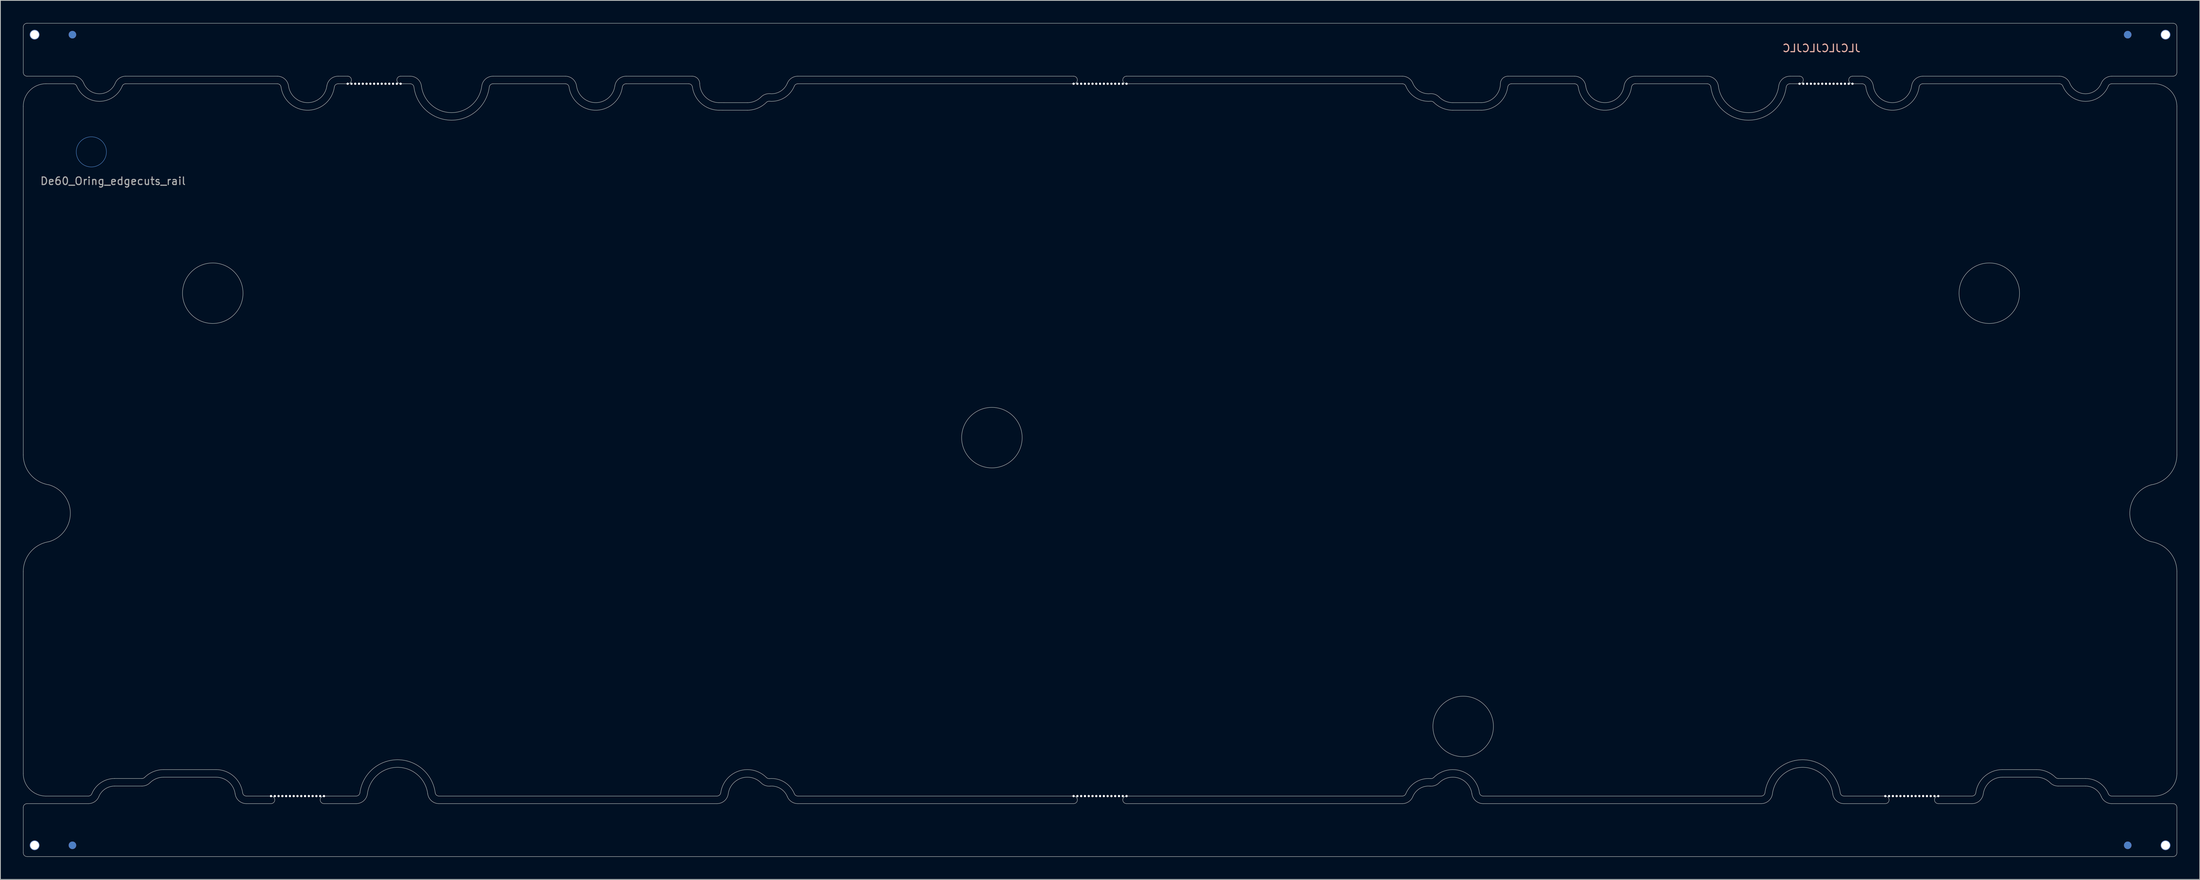
<source format=kicad_pcb>
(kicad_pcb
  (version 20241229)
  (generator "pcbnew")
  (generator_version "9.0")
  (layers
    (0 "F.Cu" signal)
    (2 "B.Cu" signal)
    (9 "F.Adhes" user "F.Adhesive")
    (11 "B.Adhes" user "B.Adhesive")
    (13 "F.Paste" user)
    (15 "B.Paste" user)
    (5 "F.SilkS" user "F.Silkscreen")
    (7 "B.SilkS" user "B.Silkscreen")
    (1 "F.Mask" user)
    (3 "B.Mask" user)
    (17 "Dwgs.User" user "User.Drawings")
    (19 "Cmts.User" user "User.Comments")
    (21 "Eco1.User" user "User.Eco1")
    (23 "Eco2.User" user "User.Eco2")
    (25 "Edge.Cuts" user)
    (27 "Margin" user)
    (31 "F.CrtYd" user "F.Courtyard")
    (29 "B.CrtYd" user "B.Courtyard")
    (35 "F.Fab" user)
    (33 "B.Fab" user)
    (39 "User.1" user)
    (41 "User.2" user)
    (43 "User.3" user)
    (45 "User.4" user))
  (footprint "De60_Oring_edgecuts_rail"
    (layer "F.Cu")
    (at 9.025 17.035)
    (property "Reference" "De60_Oring_edgecuts_rail" (at 2.865 3.86 0) (unlocked yes) (layer "F.Fab") (effects (font (size 1 1) (thickness 0.15))))
    (fp_circle (center 0 0) (end 1.994 0) (stroke (width 0.05) (type solid)) (fill no) (layer "Cmts.User"))
    (fp_line (start -9 -16.51) (end -9 -10.51) (stroke (width 0.05) (type solid)) (layer "Edge.Cuts"))
    (fp_line (start -9 -6.01) (end -9 40.074) (stroke (width 0.05) (type solid)) (layer "Edge.Cuts"))
    (fp_line (start -9 55.506) (end -9 82.19) (stroke (width 0.05) (type solid)) (layer "Edge.Cuts"))
    (fp_line (start -9 86.69) (end -9 92.69) (stroke (width 0.05) (type solid)) (layer "Edge.Cuts"))
    (fp_line (start -8.5 -10.01) (end -2.394 -10.01) (stroke (width 0.05) (type solid)) (layer "Edge.Cuts"))
    (fp_line (start -8.5 93.19) (end 275.2 93.19) (stroke (width 0.05) (type solid)) (layer "Edge.Cuts"))
    (fp_line (start -6 85.19) (end -0.394 85.19) (stroke (width 0.05) (type solid)) (layer "Edge.Cuts"))
    (fp_line (start -2.394 -9.01) (end -6 -9.01) (stroke (width 0.05) (type solid)) (layer "Edge.Cuts"))
    (fp_line (start -0.394 86.19) (end -8.5 86.19) (stroke (width 0.05) (type solid)) (layer "Edge.Cuts"))
    (fp_line (start 3.077 82.865) (end 6.696 82.865) (stroke (width 0.05) (type default)) (layer "Edge.Cuts"))
    (fp_line (start 4.544 -10.01) (end 24.584 -10.01) (stroke (width 0.05) (type solid)) (layer "Edge.Cuts"))
    (fp_line (start 6.696 83.865) (end 3.077 83.865) (stroke (width 0.05) (type solid)) (layer "Edge.Cuts"))
    (fp_line (start 9.549 81.69) (end 16.477 81.69) (stroke (width 0.05) (type solid)) (layer "Edge.Cuts"))
    (fp_line (start 16.477 82.69) (end 9.549 82.69) (stroke (width 0.05) (type solid)) (layer "Edge.Cuts"))
    (fp_line (start 20.496 85.19) (end 23.752 85.19) (stroke (width 0.05) (type solid)) (layer "Edge.Cuts"))
    (fp_line (start 23.752 86.19) (end 20.496 86.19) (stroke (width 0.05) (type solid)) (layer "Edge.Cuts"))
    (fp_line (start 24.584 -9.01) (end 4.544 -9.01) (stroke (width 0.05) (type solid)) (layer "Edge.Cuts"))
    (fp_line (start 30.752 86.19) (end 35.009 86.19) (stroke (width 0.05) (type solid)) (layer "Edge.Cuts"))
    (fp_line (start 32.618 -10.01) (end 33.885 -10.01) (stroke (width 0.05) (type solid)) (layer "Edge.Cuts"))
    (fp_line (start 33.885 -9.01) (end 32.618 -9.01) (stroke (width 0.05) (type solid)) (layer "Edge.Cuts"))
    (fp_line (start 35.009 85.19) (end 30.752 85.19) (stroke (width 0.05) (type solid)) (layer "Edge.Cuts"))
    (fp_line (start 40.885 -9.01) (end 42.151 -9.01) (stroke (width 0.05) (type solid)) (layer "Edge.Cuts"))
    (fp_line (start 42.151 -10.01) (end 40.885 -10.01) (stroke (width 0.05) (type solid)) (layer "Edge.Cuts"))
    (fp_line (start 45.953 86.19) (end 82.708 86.19) (stroke (width 0.05) (type solid)) (layer "Edge.Cuts"))
    (fp_line (start 53.099 -9.01) (end 62.658 -9.01) (stroke (width 0.05) (type solid)) (layer "Edge.Cuts"))
    (fp_line (start 62.658 -10.01) (end 53.099 -10.01) (stroke (width 0.05) (type solid)) (layer "Edge.Cuts"))
    (fp_line (start 70.692 -9.01) (end 78.966 -9.01) (stroke (width 0.05) (type solid)) (layer "Edge.Cuts"))
    (fp_line (start 79.428 -10.01) (end 70.692 -10.01) (stroke (width 0.05) (type solid)) (layer "Edge.Cuts"))
    (fp_line (start 82.708 85.19) (end 45.953 85.19) (stroke (width 0.05) (type solid)) (layer "Edge.Cuts"))
    (fp_line (start 82.981 -5.512) (end 86.721 -5.509) (stroke (width 0.05) (type solid)) (layer "Edge.Cuts"))
    (fp_line (start 86.721 -6.509) (end 82.981 -6.512) (stroke (width 0.05) (type solid)) (layer "Edge.Cuts"))
    (fp_line (start 93.394 86.19) (end 129.85 86.19) (stroke (width 0.05) (type solid)) (layer "Edge.Cuts"))
    (fp_line (start 93.394 -9.01) (end 129.85 -9.01) (stroke (width 0.05) (type solid)) (layer "Edge.Cuts"))
    (fp_line (start 129.85 -10.01) (end 93.394 -10.01) (stroke (width 0.05) (type solid)) (layer "Edge.Cuts"))
    (fp_line (start 129.85 85.19) (end 93.394 85.19) (stroke (width 0.05) (type solid)) (layer "Edge.Cuts"))
    (fp_line (start 136.85 -10.01) (end 173.306 -10.01) (stroke (width 0.05) (type solid)) (layer "Edge.Cuts"))
    (fp_line (start 136.85 86.19) (end 173.306 86.19) (stroke (width 0.05) (type solid)) (layer "Edge.Cuts"))
    (fp_line (start 173.306 -9.01) (end 136.85 -9.01) (stroke (width 0.05) (type solid)) (layer "Edge.Cuts"))
    (fp_line (start 173.306 85.19) (end 136.85 85.19) (stroke (width 0.05) (type solid)) (layer "Edge.Cuts"))
    (fp_line (start 179.979 -6.509) (end 183.719 -6.512) (stroke (width 0.05) (type solid)) (layer "Edge.Cuts"))
    (fp_line (start 183.719 -5.512) (end 179.979 -5.509) (stroke (width 0.05) (type solid)) (layer "Edge.Cuts"))
    (fp_line (start 183.992 86.19) (end 220.747 86.19) (stroke (width 0.05) (type solid)) (layer "Edge.Cuts"))
    (fp_line (start 187.272 -10.01) (end 196.065 -10.01) (stroke (width 0.05) (type solid)) (layer "Edge.Cuts"))
    (fp_line (start 196.065 -9.01) (end 187.734 -9.01) (stroke (width 0.05) (type solid)) (layer "Edge.Cuts"))
    (fp_line (start 204.1 -10.01) (end 213.601 -10.01) (stroke (width 0.05) (type solid)) (layer "Edge.Cuts"))
    (fp_line (start 213.601 -9.01) (end 204.1 -9.01) (stroke (width 0.05) (type solid)) (layer "Edge.Cuts"))
    (fp_line (start 220.747 85.19) (end 183.992 85.19) (stroke (width 0.05) (type solid)) (layer "Edge.Cuts"))
    (fp_line (start 224.549 -10.01) (end 225.815 -10.01) (stroke (width 0.05) (type solid)) (layer "Edge.Cuts"))
    (fp_line (start 225.815 -9.01) (end 224.549 -9.01) (stroke (width 0.05) (type solid)) (layer "Edge.Cuts"))
    (fp_line (start 231.691 86.19) (end 237.155 86.19) (stroke (width 0.05) (type solid)) (layer "Edge.Cuts"))
    (fp_line (start 232.815 -10.01) (end 234.082 -10.01) (stroke (width 0.05) (type solid)) (layer "Edge.Cuts"))
    (fp_line (start 234.082 -9.01) (end 232.815 -9.01) (stroke (width 0.05) (type solid)) (layer "Edge.Cuts"))
    (fp_line (start 237.155 85.19) (end 231.691 85.19) (stroke (width 0.05) (type solid)) (layer "Edge.Cuts"))
    (fp_line (start 242.116 -10.01) (end 260.156 -10.01) (stroke (width 0.05) (type solid)) (layer "Edge.Cuts"))
    (fp_line (start 244.155 85.19) (end 248.62 85.19) (stroke (width 0.05) (type solid)) (layer "Edge.Cuts"))
    (fp_line (start 248.62 86.19) (end 244.155 86.19) (stroke (width 0.05) (type solid)) (layer "Edge.Cuts"))
    (fp_line (start 252.638 81.69) (end 257.149 81.69) (stroke (width 0.05) (type solid)) (layer "Edge.Cuts"))
    (fp_line (start 257.149 82.69) (end 252.638 82.69) (stroke (width 0.05) (type solid)) (layer "Edge.Cuts"))
    (fp_line (start 260.004 82.865) (end 263.623 82.865) (stroke (width 0.05) (type default)) (layer "Edge.Cuts"))
    (fp_line (start 260.156 -9.01) (end 242.116 -9.01) (stroke (width 0.05) (type solid)) (layer "Edge.Cuts"))
    (fp_line (start 263.623 83.865) (end 260.004 83.865) (stroke (width 0.05) (type solid)) (layer "Edge.Cuts"))
    (fp_line (start 267.094 85.19) (end 272.7 85.19) (stroke (width 0.05) (type solid)) (layer "Edge.Cuts"))
    (fp_line (start 267.094 -10.01) (end 275.2 -10.01) (stroke (width 0.05) (type solid)) (layer "Edge.Cuts"))
    (fp_line (start 272.7 -9.01) (end 267.094 -9.01) (stroke (width 0.05) (type solid)) (layer "Edge.Cuts"))
    (fp_line (start 275.2 -17.01) (end -8.5 -17.01) (stroke (width 0.05) (type solid)) (layer "Edge.Cuts"))
    (fp_line (start 275.2 86.19) (end 267.094 86.19) (stroke (width 0.05) (type solid)) (layer "Edge.Cuts"))
    (fp_line (start 275.7 -10.51) (end 275.7 -16.51) (stroke (width 0.05) (type solid)) (layer "Edge.Cuts"))
    (fp_line (start 275.7 40.074) (end 275.7 -6.01) (stroke (width 0.05) (type solid)) (layer "Edge.Cuts"))
    (fp_line (start 275.7 82.19) (end 275.7 55.506) (stroke (width 0.05) (type solid)) (layer "Edge.Cuts"))
    (fp_line (start 275.7 92.69) (end 275.7 86.69) (stroke (width 0.05) (type solid)) (layer "Edge.Cuts"))
    (fp_arc (start -9.000006 -16.51) (mid -8.853553 -16.863533) (end -8.500006 -17.01) (stroke (width 0.05) (type solid)) (layer "Edge.Cuts"))
    (fp_arc (start -9.000006 -6.01) (mid -8.121326 -8.13132) (end -6.000006 -9.01) (stroke (width 0.05) (type solid)) (layer "Edge.Cuts"))
    (fp_arc (start -9.000006 55.505578) (mid -8.03532 52.900418) (end -5.606574 51.551836) (stroke (width 0.05) (type solid)) (layer "Edge.Cuts"))
    (fp_arc (start -9.000006 86.69) (mid -8.853553 86.336467) (end -8.500006 86.19) (stroke (width 0.05) (type solid)) (layer "Edge.Cuts"))
    (fp_arc (start -8.500006 -10.01) (mid -8.85358 -10.156434) (end -9.000006 -10.51) (stroke (width 0.05) (type solid)) (layer "Edge.Cuts"))
    (fp_arc (start -8.500006 93.19) (mid -8.85358 93.043566) (end -9.000006 92.69) (stroke (width 0.05) (type solid)) (layer "Edge.Cuts"))
    (fp_arc (start -6.000006 85.19) (mid -8.121325 84.31132) (end -9.000006 82.19) (stroke (width 0.05) (type solid)) (layer "Edge.Cuts"))
    (fp_arc (start -5.606574 44.028162) (mid -8.035319 42.67958) (end -9.000006 40.07442) (stroke (width 0.05) (type solid)) (layer "Edge.Cuts"))
    (fp_arc (start -5.606574 44.028162) (mid -2.77493 47.79) (end -5.606574 51.551836) (stroke (width 0.05) (type solid)) (layer "Edge.Cuts"))
    (fp_arc (start -2.394077 -10.01) (mid -1.558959 -9.756049) (end -1.006655 -9.08014) (stroke (width 0.05) (type solid)) (layer "Edge.Cuts"))
    (fp_arc (start -2.394077 -9.01) (mid -2.115694 -8.925359) (end -1.931603 -8.700047) (stroke (width 0.05) (type solid)) (layer "Edge.Cuts"))
    (fp_arc (start 0.068484 84.880215) (mid -0.115625 85.10541) (end -0.393921 85.19) (stroke (width 0.05) (type solid)) (layer "Edge.Cuts"))
    (fp_arc (start 0.068484 84.880215) (mid 1.266177 83.415365) (end 3.076522 82.864995) (stroke (width 0.05) (type solid)) (layer "Edge.Cuts"))
    (fp_arc (start 0.993294 85.260643) (mid 0.440959 85.9362) (end -0.393921 86.19) (stroke (width 0.05) (type solid)) (layer "Edge.Cuts"))
    (fp_arc (start 0.993294 85.260643) (mid 1.82276 84.246149) (end 3.076522 83.864995) (stroke (width 0.05) (type solid)) (layer "Edge.Cuts"))
    (fp_arc (start 3.156652 -9.08014) (mid 1.074999 -7.685003) (end -1.006655 -9.08014) (stroke (width 0.05) (type solid)) (layer "Edge.Cuts"))
    (fp_arc (start 3.156652 -9.08014) (mid 3.708976 -9.756024) (end 4.544074 -10.01) (stroke (width 0.05) (type solid)) (layer "Edge.Cuts"))
    (fp_arc (start 4.0816 -8.700047) (mid 1.074999 -6.685002) (end -1.931603 -8.700047) (stroke (width 0.05) (type solid)) (layer "Edge.Cuts"))
    (fp_arc (start 4.0816 -8.700047) (mid 4.26571 -8.925334) (end 4.544074 -9.01) (stroke (width 0.05) (type solid)) (layer "Edge.Cuts"))
    (fp_arc (start 7.048213 82.719935) (mid 6.886486 82.827312) (end 6.696051 82.864995) (stroke (width 0.05) (type solid)) (layer "Edge.Cuts"))
    (fp_arc (start 7.048213 82.719935) (mid 8.196482 81.957574) (end 9.548565 81.690002) (stroke (width 0.05) (type solid)) (layer "Edge.Cuts"))
    (fp_arc (start 7.752538 83.429813) (mid 7.267355 83.751941) (end 6.696051 83.864995) (stroke (width 0.05) (type solid)) (layer "Edge.Cuts"))
    (fp_arc (start 7.752538 83.429813) (mid 8.577351 82.882203) (end 9.548565 82.690002) (stroke (width 0.05) (type solid)) (layer "Edge.Cuts"))
    (fp_arc (start 16.477245 81.690002) (mid 18.813447 82.564432) (end 20.000252 84.758505) (stroke (width 0.05) (type solid)) (layer "Edge.Cuts"))
    (fp_arc (start 16.477245 82.690002) (mid 18.156509 83.318476) (end 19.009682 84.895514) (stroke (width 0.05) (type solid)) (layer "Edge.Cuts"))
    (fp_arc (start 20.495537 85.190001) (mid 20.167109 85.066989) (end 20.000252 84.758505) (stroke (width 0.05) (type solid)) (layer "Edge.Cuts"))
    (fp_arc (start 20.495537 86.190001) (mid 19.510226 85.820981) (end 19.009682 84.895514) (stroke (width 0.05) (type solid)) (layer "Edge.Cuts"))
    (fp_arc (start 23.752227 85.190001) (mid 24.252266 85.690011) (end 23.752227 86.190001) (stroke (width 0.05) (type solid)) (layer "Edge.Cuts"))
    (fp_arc (start 24.583587 -10.01) (mid 25.568897 -9.640978) (end 26.069442 -8.715513) (stroke (width 0.05) (type solid)) (layer "Edge.Cuts"))
    (fp_arc (start 24.583587 -9.01) (mid 24.912014 -8.886985) (end 25.078872 -8.578504) (stroke (width 0.05) (type solid)) (layer "Edge.Cuts"))
    (fp_arc (start 30.752227 86.190001) (mid 30.252266 85.690011) (end 30.752227 85.190001) (stroke (width 0.05) (type solid)) (layer "Edge.Cuts"))
    (fp_arc (start 31.132557 -8.715513) (mid 28.601 -6.510001) (end 26.069442 -8.715513) (stroke (width 0.05) (type solid)) (layer "Edge.Cuts"))
    (fp_arc (start 31.132557 -8.715513) (mid 31.633087 -9.640999) (end 32.618412 -10.01) (stroke (width 0.05) (type solid)) (layer "Edge.Cuts"))
    (fp_arc (start 32.123127 -8.578504) (mid 28.601 -5.510002) (end 25.078872 -8.578504) (stroke (width 0.05) (type solid)) (layer "Edge.Cuts"))
    (fp_arc (start 32.123127 -8.578504) (mid 32.28997 -8.887006) (end 32.618412 -9.01) (stroke (width 0.05) (type solid)) (layer "Edge.Cuts"))
    (fp_arc (start 33.884713 -10.01) (mid 34.384767 -9.509989) (end 33.884713 -9.01) (stroke (width 0.05) (type solid)) (layer "Edge.Cuts"))
    (fp_arc (start 35.504695 84.754843) (mid 35.33875 85.065772) (end 35.008917 85.190001) (stroke (width 0.05) (type solid)) (layer "Edge.Cuts"))
    (fp_arc (start 35.504695 84.754843) (mid 40.480997 80.386999) (end 45.457298 84.754843) (stroke (width 0.05) (type solid)) (layer "Edge.Cuts"))
    (fp_arc (start 36.496251 84.884526) (mid 35.998415 85.817332) (end 35.008917 86.190001) (stroke (width 0.05) (type solid)) (layer "Edge.Cuts"))
    (fp_arc (start 36.496251 84.884526) (mid 40.480997 81.386999) (end 44.465743 84.884526) (stroke (width 0.05) (type solid)) (layer "Edge.Cuts"))
    (fp_arc (start 40.884713 -9.01) (mid 40.384767 -9.509989) (end 40.884713 -10.01) (stroke (width 0.05) (type solid)) (layer "Edge.Cuts"))
    (fp_arc (start 42.151013 -10.01) (mid 43.142202 -9.635895) (end 43.638914 -8.700134) (stroke (width 0.05) (type solid)) (layer "Edge.Cuts"))
    (fp_arc (start 42.151013 -9.01) (mid 42.481428 -8.885309) (end 42.64698 -8.573378) (stroke (width 0.05) (type solid)) (layer "Edge.Cuts"))
    (fp_arc (start 45.953076 85.190001) (mid 45.623235 85.065788) (end 45.457298 84.754843) (stroke (width 0.05) (type solid)) (layer "Edge.Cuts"))
    (fp_arc (start 45.953076 86.190001) (mid 44.963569 85.817347) (end 44.465743 84.884526) (stroke (width 0.05) (type solid)) (layer "Edge.Cuts"))
    (fp_arc (start 51.611089 -8.700134) (mid 47.625002 -5.191002) (end 43.638914 -8.700134) (stroke (width 0.05) (type solid)) (layer "Edge.Cuts"))
    (fp_arc (start 51.611089 -8.700134) (mid 52.107835 -9.635859) (end 53.09899 -10.01) (stroke (width 0.05) (type solid)) (layer "Edge.Cuts"))
    (fp_arc (start 52.603023 -8.573378) (mid 47.625002 -4.191002) (end 42.64698 -8.573378) (stroke (width 0.05) (type solid)) (layer "Edge.Cuts"))
    (fp_arc (start 52.603023 -8.573378) (mid 52.768609 -8.885274) (end 53.09899 -9.01) (stroke (width 0.05) (type solid)) (layer "Edge.Cuts"))
    (fp_arc (start 62.657588 -10.01) (mid 63.642898 -9.640977) (end 64.143443 -8.715513) (stroke (width 0.05) (type solid)) (layer "Edge.Cuts"))
    (fp_arc (start 62.657588 -9.01) (mid 62.986015 -8.886985) (end 63.152873 -8.578504) (stroke (width 0.05) (type solid)) (layer "Edge.Cuts"))
    (fp_arc (start 69.206557 -8.715513) (mid 66.675 -6.510001) (end 64.143443 -8.715513) (stroke (width 0.05) (type solid)) (layer "Edge.Cuts"))
    (fp_arc (start 69.206557 -8.715513) (mid 69.707087 -9.640999) (end 70.692412 -10.01) (stroke (width 0.05) (type solid)) (layer "Edge.Cuts"))
    (fp_arc (start 70.197127 -8.578504) (mid 66.675 -5.510001) (end 63.152873 -8.578504) (stroke (width 0.05) (type solid)) (layer "Edge.Cuts"))
    (fp_arc (start 70.197127 -8.578504) (mid 70.36397 -8.887006) (end 70.692412 -9.01) (stroke (width 0.05) (type solid)) (layer "Edge.Cuts"))
    (fp_arc (start 78.965917 -9.01) (mid 79.294307 -8.887079) (end 79.461174 -8.578708) (stroke (width 0.05) (type solid)) (layer "Edge.Cuts"))
    (fp_arc (start 79.427906 -10.01) (mid 80.129327 -9.7228) (end 80.427776 -9.026116) (stroke (width 0.05) (type solid)) (layer "Edge.Cuts"))
    (fp_arc (start 82.980768 -5.5117) (mid 80.647131 -6.386679) (end 79.461174 -8.578708) (stroke (width 0.05) (type solid)) (layer "Edge.Cuts"))
    (fp_arc (start 82.981408 -6.5117) (mid 81.19001 -7.246294) (end 80.427776 -9.026116) (stroke (width 0.05) (type solid)) (layer "Edge.Cuts"))
    (fp_arc (start 83.202868 84.758514) (mid 83.036028 85.067016) (end 82.707584 85.190001) (stroke (width 0.05) (type solid)) (layer "Edge.Cuts"))
    (fp_arc (start 83.202868 84.758514) (mid 85.593641 81.875096) (end 89.239741 82.73292) (stroke (width 0.05) (type solid)) (layer "Edge.Cuts"))
    (fp_arc (start 84.193436 84.89554) (mid 83.692905 85.821015) (end 82.707584 86.190001) (stroke (width 0.05) (type solid)) (layer "Edge.Cuts"))
    (fp_arc (start 84.193436 84.89554) (mid 85.91174 82.823208) (end 88.532299 83.439691) (stroke (width 0.05) (type solid)) (layer "Edge.Cuts"))
    (fp_arc (start 88.533691 -7.259363) (mid 87.70223 -6.70357) (end 86.72116 -6.509306) (stroke (width 0.05) (type solid)) (layer "Edge.Cuts"))
    (fp_arc (start 88.533691 -7.259363) (mid 89.082355 -7.60919) (end 89.727537 -7.693765) (stroke (width 0.05) (type solid)) (layer "Edge.Cuts"))
    (fp_arc (start 89.241401 -6.55286) (mid 88.085039 -5.77966) (end 86.72052 -5.509306) (stroke (width 0.05) (type solid)) (layer "Edge.Cuts"))
    (fp_arc (start 89.241401 -6.55286) (mid 89.42429 -6.669466) (end 89.63935 -6.697661) (stroke (width 0.05) (type solid)) (layer "Edge.Cuts"))
    (fp_arc (start 89.637434 82.877598) (mid 89.422524 82.849412) (end 89.239741 82.73292) (stroke (width 0.05) (type solid)) (layer "Edge.Cuts"))
    (fp_arc (start 89.637434 82.877598) (mid 91.613124 83.33831) (end 92.931514 84.880215) (stroke (width 0.05) (type solid)) (layer "Edge.Cuts"))
    (fp_arc (start 89.725377 83.873723) (mid 89.080652 83.789158) (end 88.532299 83.439691) (stroke (width 0.05) (type solid)) (layer "Edge.Cuts"))
    (fp_arc (start 89.725377 83.873723) (mid 91.093646 84.192793) (end 92.006703 85.260642) (stroke (width 0.05) (type solid)) (layer "Edge.Cuts"))
    (fp_arc (start 92.006619 -9.07984) (mid 91.094707 -8.012511) (end 89.727537 -7.693765) (stroke (width 0.05) (type solid)) (layer "Edge.Cuts"))
    (fp_arc (start 92.006619 -9.07984) (mid 92.558931 -9.755938) (end 93.394165 -10.01) (stroke (width 0.05) (type solid)) (layer "Edge.Cuts"))
    (fp_arc (start 92.931649 -8.699947) (mid 91.614328 -7.158114) (end 89.63935 -6.697661) (stroke (width 0.05) (type solid)) (layer "Edge.Cuts"))
    (fp_arc (start 92.931649 -8.699947) (mid 93.115755 -8.925308) (end 93.394165 -9.01) (stroke (width 0.05) (type solid)) (layer "Edge.Cuts"))
    (fp_arc (start 93.393919 85.190001) (mid 93.115644 85.105382) (end 92.931514 84.880215) (stroke (width 0.05) (type solid)) (layer "Edge.Cuts"))
    (fp_arc (start 93.393919 86.190001) (mid 92.55906 85.936172) (end 92.006703 85.260642) (stroke (width 0.05) (type solid)) (layer "Edge.Cuts"))
    (fp_arc (start 129.85 -10.01) (mid 130.349967 -9.509989) (end 129.85 -9.01) (stroke (width 0.05) (type solid)) (layer "Edge.Cuts"))
    (fp_arc (start 129.85 85.190001) (mid 130.349966 85.690011) (end 129.85 86.190001) (stroke (width 0.05) (type solid)) (layer "Edge.Cuts"))
    (fp_arc (start 136.85 -9.01) (mid 136.349967 -9.509989) (end 136.85 -10.01) (stroke (width 0.05) (type solid)) (layer "Edge.Cuts"))
    (fp_arc (start 136.85 86.190001) (mid 136.349966 85.690011) (end 136.85 85.190001) (stroke (width 0.05) (type solid)) (layer "Edge.Cuts"))
    (fp_arc (start 173.305836 -10.01) (mid 174.141083 -9.755954) (end 174.693381 -9.07984) (stroke (width 0.05) (type solid)) (layer "Edge.Cuts"))
    (fp_arc (start 173.305836 -9.01) (mid 173.584258 -8.925324) (end 173.768351 -8.699947) (stroke (width 0.05) (type solid)) (layer "Edge.Cuts"))
    (fp_arc (start 173.768486 84.880215) (mid 173.584377 85.10541) (end 173.306081 85.190001) (stroke (width 0.05) (type solid)) (layer "Edge.Cuts"))
    (fp_arc (start 173.768486 84.880215) (mid 175.086823 83.338324) (end 177.062459 82.877588) (stroke (width 0.05) (type solid)) (layer "Edge.Cuts"))
    (fp_arc (start 174.693297 85.260642) (mid 174.140962 85.936201) (end 173.306081 86.190001) (stroke (width 0.05) (type solid)) (layer "Edge.Cuts"))
    (fp_arc (start 174.693297 85.260642) (mid 175.606316 84.192799) (end 176.974549 83.873717) (stroke (width 0.05) (type solid)) (layer "Edge.Cuts"))
    (fp_arc (start 176.972464 -7.693765) (mid 175.605264 -8.012492) (end 174.693381 -9.07984) (stroke (width 0.05) (type solid)) (layer "Edge.Cuts"))
    (fp_arc (start 176.972464 -7.693765) (mid 177.61765 -7.6092) (end 178.166309 -7.259363) (stroke (width 0.05) (type solid)) (layer "Edge.Cuts"))
    (fp_arc (start 177.06065 -6.697661) (mid 175.085643 -7.158095) (end 173.768351 -8.699947) (stroke (width 0.05) (type solid)) (layer "Edge.Cuts"))
    (fp_arc (start 177.06065 -6.697661) (mid 177.275715 -6.669476) (end 177.458599 -6.55286) (stroke (width 0.05) (type solid)) (layer "Edge.Cuts"))
    (fp_arc (start 177.460087 82.732958) (mid 177.277323 82.849388) (end 177.062459 82.877588) (stroke (width 0.05) (type solid)) (layer "Edge.Cuts"))
    (fp_arc (start 177.460087 82.732958) (mid 181.106209 81.875371) (end 183.497166 84.758587) (stroke (width 0.05) (type solid)) (layer "Edge.Cuts"))
    (fp_arc (start 178.167432 83.439827) (mid 177.619146 83.789152) (end 176.974549 83.873717) (stroke (width 0.05) (type solid)) (layer "Edge.Cuts"))
    (fp_arc (start 178.167432 83.439827) (mid 180.788106 82.823428) (end 182.506619 84.89576) (stroke (width 0.05) (type solid)) (layer "Edge.Cuts"))
    (fp_arc (start 179.978841 -6.509306) (mid 178.99777 -6.703566) (end 178.166309 -7.259363) (stroke (width 0.05) (type solid)) (layer "Edge.Cuts"))
    (fp_arc (start 179.979481 -5.509306) (mid 178.614969 -5.779676) (end 177.458599 -6.55286) (stroke (width 0.05) (type solid)) (layer "Edge.Cuts"))
    (fp_arc (start 183.99244 85.190001) (mid 183.664041 85.067017) (end 183.497166 84.758587) (stroke (width 0.05) (type solid)) (layer "Edge.Cuts"))
    (fp_arc (start 183.99244 86.190001) (mid 183.007221 85.821064) (end 182.506619 84.89576) (stroke (width 0.05) (type solid)) (layer "Edge.Cuts"))
    (fp_arc (start 186.272224 -9.026116) (mid 185.510005 -7.246282) (end 183.718592 -6.5117) (stroke (width 0.05) (type solid)) (layer "Edge.Cuts"))
    (fp_arc (start 186.272224 -9.026116) (mid 186.570715 -9.722761) (end 187.272094 -10.01) (stroke (width 0.05) (type solid)) (layer "Edge.Cuts"))
    (fp_arc (start 187.238826 -8.578708) (mid 186.052882 -6.386668) (end 183.719232 -5.5117) (stroke (width 0.05) (type solid)) (layer "Edge.Cuts"))
    (fp_arc (start 187.238826 -8.578708) (mid 187.405724 -8.887047) (end 187.734083 -9.01) (stroke (width 0.05) (type solid)) (layer "Edge.Cuts"))
    (fp_arc (start 196.064999 -10.01) (mid 197.050302 -9.640973) (end 197.550853 -8.715513) (stroke (width 0.05) (type solid)) (layer "Edge.Cuts"))
    (fp_arc (start 196.064999 -9.01) (mid 196.393419 -8.886981) (end 196.560284 -8.578504) (stroke (width 0.05) (type solid)) (layer "Edge.Cuts"))
    (fp_arc (start 202.613968 -8.715513) (mid 200.082411 -6.510001) (end 197.550853 -8.715513) (stroke (width 0.05) (type solid)) (layer "Edge.Cuts"))
    (fp_arc (start 202.613968 -8.715513) (mid 203.114498 -9.640995) (end 204.099823 -10.01) (stroke (width 0.05) (type solid)) (layer "Edge.Cuts"))
    (fp_arc (start 203.604538 -8.578504) (mid 200.082411 -5.510001) (end 196.560284 -8.578504) (stroke (width 0.05) (type solid)) (layer "Edge.Cuts"))
    (fp_arc (start 203.604538 -8.578504) (mid 203.771382 -8.887002) (end 204.099823 -9.01) (stroke (width 0.05) (type solid)) (layer "Edge.Cuts"))
    (fp_arc (start 213.60101 -10.01) (mid 214.5922 -9.635896) (end 215.088911 -8.700134) (stroke (width 0.05) (type solid)) (layer "Edge.Cuts"))
    (fp_arc (start 213.60101 -9.01) (mid 213.931427 -8.885311) (end 214.096977 -8.573378) (stroke (width 0.05) (type solid)) (layer "Edge.Cuts"))
    (fp_arc (start 221.242702 84.754843) (mid 221.076757 85.065775) (end 220.746924 85.190001) (stroke (width 0.05) (type solid)) (layer "Edge.Cuts"))
    (fp_arc (start 221.242702 84.754843) (mid 226.219004 80.386999) (end 231.195305 84.754843) (stroke (width 0.05) (type solid)) (layer "Edge.Cuts"))
    (fp_arc (start 222.234257 84.884526) (mid 221.736422 85.817334) (end 220.746924 86.190001) (stroke (width 0.05) (type solid)) (layer "Edge.Cuts"))
    (fp_arc (start 222.234257 84.884526) (mid 226.219003 81.386999) (end 230.203749 84.884526) (stroke (width 0.05) (type solid)) (layer "Edge.Cuts"))
    (fp_arc (start 223.061086 -8.700134) (mid 219.074999 -5.191002) (end 215.088911 -8.700134) (stroke (width 0.05) (type solid)) (layer "Edge.Cuts"))
    (fp_arc (start 223.061086 -8.700134) (mid 223.557832 -9.63586) (end 224.548987 -10.01) (stroke (width 0.05) (type solid)) (layer "Edge.Cuts"))
    (fp_arc (start 224.05302 -8.573378) (mid 219.074999 -4.191002) (end 214.096977 -8.573378) (stroke (width 0.05) (type solid)) (layer "Edge.Cuts"))
    (fp_arc (start 224.05302 -8.573378) (mid 224.218606 -8.885275) (end 224.548987 -9.01) (stroke (width 0.05) (type solid)) (layer "Edge.Cuts"))
    (fp_arc (start 225.815288 -10.01) (mid 226.315267 -9.509989) (end 225.815288 -9.01) (stroke (width 0.05) (type solid)) (layer "Edge.Cuts"))
    (fp_arc (start 231.691083 85.190001) (mid 231.361238 85.06579) (end 231.195305 84.754843) (stroke (width 0.05) (type solid)) (layer "Edge.Cuts"))
    (fp_arc (start 231.691083 86.190001) (mid 230.701572 85.817349) (end 230.203749 84.884526) (stroke (width 0.05) (type solid)) (layer "Edge.Cuts"))
    (fp_arc (start 232.815288 -9.01) (mid 232.315267 -9.509989) (end 232.815288 -10.01) (stroke (width 0.05) (type solid)) (layer "Edge.Cuts"))
    (fp_arc (start 234.081588 -10.01) (mid 235.066898 -9.640977) (end 235.567443 -8.715513) (stroke (width 0.05) (type solid)) (layer "Edge.Cuts"))
    (fp_arc (start 234.081588 -9.01) (mid 234.410015 -8.886985) (end 234.576873 -8.578504) (stroke (width 0.05) (type solid)) (layer "Edge.Cuts"))
    (fp_arc (start 237.155316 85.190001) (mid 237.655366 85.690011) (end 237.155316 86.190001) (stroke (width 0.05) (type solid)) (layer "Edge.Cuts"))
    (fp_arc (start 240.630558 -8.715513) (mid 238.099001 -6.510001) (end 235.567443 -8.715513) (stroke (width 0.05) (type solid)) (layer "Edge.Cuts"))
    (fp_arc (start 240.630558 -8.715513) (mid 241.131088 -9.640998) (end 242.116413 -10.01) (stroke (width 0.05) (type solid)) (layer "Edge.Cuts"))
    (fp_arc (start 241.621128 -8.578504) (mid 238.099001 -5.510002) (end 234.576873 -8.578504) (stroke (width 0.05) (type solid)) (layer "Edge.Cuts"))
    (fp_arc (start 241.621128 -8.578504) (mid 241.787971 -8.887006) (end 242.116413 -9.01) (stroke (width 0.05) (type solid)) (layer "Edge.Cuts"))
    (fp_arc (start 244.155316 86.190001) (mid 243.655366 85.690011) (end 244.155316 85.190001) (stroke (width 0.05) (type solid)) (layer "Edge.Cuts"))
    (fp_arc (start 249.114835 84.758505) (mid 248.947994 85.067001) (end 248.61955 85.190001) (stroke (width 0.05) (type solid)) (layer "Edge.Cuts"))
    (fp_arc (start 249.114835 84.758505) (mid 250.30165 82.564388) (end 252.6379 81.690002) (stroke (width 0.05) (type solid)) (layer "Edge.Cuts"))
    (fp_arc (start 250.105405 84.895514) (mid 249.604877 85.820993) (end 248.61955 86.190001) (stroke (width 0.05) (type solid)) (layer "Edge.Cuts"))
    (fp_arc (start 250.105405 84.895514) (mid 250.958434 83.318468) (end 252.637636 82.690002) (stroke (width 0.05) (type solid)) (layer "Edge.Cuts"))
    (fp_arc (start 257.148985 82.690466) (mid 258.121612 82.882721) (end 258.947914 83.430617) (stroke (width 0.05) (type solid)) (layer "Edge.Cuts"))
    (fp_arc (start 257.149117 81.690466) (mid 258.5022 81.957952) (end 259.651698 82.720203) (stroke (width 0.05) (type solid)) (layer "Edge.Cuts"))
    (fp_arc (start 260.00359 82.864996) (mid 259.813325 82.827393) (end 259.651698 82.720203) (stroke (width 0.05) (type solid)) (layer "Edge.Cuts"))
    (fp_arc (start 260.00359 83.864996) (mid 259.432809 83.752167) (end 258.947914 83.430617) (stroke (width 0.05) (type solid)) (layer "Edge.Cuts"))
    (fp_arc (start 260.155926 -10.01) (mid 260.991042 -9.756048) (end 261.543348 -9.08014) (stroke (width 0.05) (type solid)) (layer "Edge.Cuts"))
    (fp_arc (start 260.155926 -9.01) (mid 260.434308 -8.925358) (end 260.6184 -8.700047) (stroke (width 0.05) (type solid)) (layer "Edge.Cuts"))
    (fp_arc (start 263.623478 82.864996) (mid 265.433817 83.415371) (end 266.631516 84.880215) (stroke (width 0.05) (type solid)) (layer "Edge.Cuts"))
    (fp_arc (start 263.623478 83.864996) (mid 264.877232 84.246163) (end 265.706706 85.260643) (stroke (width 0.05) (type solid)) (layer "Edge.Cuts"))
    (fp_arc (start 265.706655 -9.08014) (mid 263.625001 -7.685002) (end 261.543348 -9.08014) (stroke (width 0.05) (type solid)) (layer "Edge.Cuts"))
    (fp_arc (start 265.706655 -9.08014) (mid 266.258979 -9.756023) (end 267.094077 -10.01) (stroke (width 0.05) (type solid)) (layer "Edge.Cuts"))
    (fp_arc (start 266.631603 -8.700047) (mid 263.625002 -6.685002) (end 260.6184 -8.700047) (stroke (width 0.05) (type solid)) (layer "Edge.Cuts"))
    (fp_arc (start 266.631603 -8.700047) (mid 266.815714 -8.925333) (end 267.094077 -9.01) (stroke (width 0.05) (type solid)) (layer "Edge.Cuts"))
    (fp_arc (start 267.093922 85.19) (mid 266.815647 85.105382) (end 266.631516 84.880215) (stroke (width 0.05) (type solid)) (layer "Edge.Cuts"))
    (fp_arc (start 267.093922 86.19) (mid 266.259062 85.936173) (end 265.706706 85.260643) (stroke (width 0.05) (type solid)) (layer "Edge.Cuts"))
    (fp_arc (start 272.306574 51.551836) (mid 269.474945 47.790008) (end 272.306574 44.028162) (stroke (width 0.05) (type solid)) (layer "Edge.Cuts"))
    (fp_arc (start 272.306574 51.551836) (mid 274.735361 52.9004) (end 275.700006 55.505578) (stroke (width 0.05) (type solid)) (layer "Edge.Cuts"))
    (fp_arc (start 272.700006 -9.01) (mid 274.821363 -8.131339) (end 275.700006 -6.01) (stroke (width 0.05) (type solid)) (layer "Edge.Cuts"))
    (fp_arc (start 275.200006 -17.01) (mid 275.553596 -16.863572) (end 275.700006 -16.51) (stroke (width 0.05) (type solid)) (layer "Edge.Cuts"))
    (fp_arc (start 275.200006 86.19) (mid 275.553596 86.336428) (end 275.700006 86.69) (stroke (width 0.05) (type solid)) (layer "Edge.Cuts"))
    (fp_arc (start 275.700006 -10.51) (mid 275.55356 -10.156457) (end 275.200006 -10.01) (stroke (width 0.05) (type solid)) (layer "Edge.Cuts"))
    (fp_arc (start 275.700006 40.07442) (mid 274.735313 42.679562) (end 272.306574 44.028162) (stroke (width 0.05) (type solid)) (layer "Edge.Cuts"))
    (fp_arc (start 275.700006 82.19) (mid 274.821327 84.31131) (end 272.700006 85.19) (stroke (width 0.05) (type solid)) (layer "Edge.Cuts"))
    (fp_arc (start 275.700006 92.69) (mid 275.55356 93.043543) (end 275.200006 93.19) (stroke (width 0.05) (type solid)) (layer "Edge.Cuts"))
    (fp_circle (center 16.05 18.69) (end 20.05 18.69) (stroke (width 0.05) (type solid)) (fill no) (layer "Edge.Cuts"))
    (fp_circle (center 119.05 37.79) (end 123.05 37.79) (stroke (width 0.05) (type solid)) (fill no) (layer "Edge.Cuts"))
    (fp_circle (center 181.35 75.981) (end 185.35 75.981) (stroke (width 0.05) (type solid)) (fill no) (layer "Edge.Cuts"))
    (fp_circle (center 250.9 18.69) (end 254.9 18.69) (stroke (width 0.05) (type solid)) (fill no) (layer "Edge.Cuts"))
    (fp_line (start 30.752 85.19) (end 23.752 85.19) (stroke (width 0.12) (type solid)) (layer "User.2"))
    (fp_line (start 33.885 -9.01) (end 40.885 -9.01) (stroke (width 0.12) (type solid)) (layer "User.2"))
    (fp_line (start 129.85 -9.01) (end 136.85 -9.01) (stroke (width 0.12) (type solid)) (layer "User.2"))
    (fp_line (start 136.85 85.19) (end 129.85 85.19) (stroke (width 0.12) (type solid)) (layer "User.2"))
    (fp_line (start 225.815 -9.01) (end 232.815 -9.01) (stroke (width 0.12) (type solid)) (layer "User.2"))
    (fp_line (start 244.155 85.19) (end 237.155 85.19) (stroke (width 0.12) (type solid)) (layer "User.2"))
    (fp_text user "JLCJLCJLCJLC" (at 228.72 -13.71 0) (unlocked yes) (layer "B.SilkS") (effects (font (size 1 1) (thickness 0.15)) (justify mirror)))
    (pad "" np_thru_hole circle (at -7.501 -15.5) (size 1.3 1.3) (drill 1.152) (layers "*.Cu" "*.Mask"))
    (pad "" np_thru_hole circle (at -7.5 91.7) (size 1.3 1.3) (drill 1.152) (layers "*.Cu" "*.Mask"))
    (pad "" smd circle (at -2.501 -15.5 180) (size 1 1) (layers "F.Cu"))
    (pad "" smd circle (at -2.501 -15.5 180) (size 1 1) (layers "B.Cu"))
    (pad "" smd circle (at -2.501 -15.5 180) (size 2 2) (layers "F.Mask"))
    (pad "" smd circle (at -2.501 -15.5 180) (size 2 2) (layers "B.Mask"))
    (pad "" smd circle (at -2.5 91.7 180) (size 1 1) (layers "F.Cu"))
    (pad "" smd circle (at -2.5 91.7 180) (size 1 1) (layers "B.Cu"))
    (pad "" smd circle (at -2.5 91.7 180) (size 2 2) (layers "F.Mask"))
    (pad "" smd circle (at -2.5 91.7 180) (size 2 2) (layers "B.Mask"))
    (pad "" np_thru_hole circle (at 23.752 85.19 180) (size 0.3 0.3) (drill 0.3) (layers "*.Cu" "*.Mask"))
    (pad "" np_thru_hole circle (at 24.252 85.19 180) (size 0.3 0.3) (drill 0.3) (layers "*.Cu" "*.Mask"))
    (pad "" np_thru_hole circle (at 24.752 85.19 180) (size 0.3 0.3) (drill 0.3) (layers "*.Cu" "*.Mask"))
    (pad "" np_thru_hole circle (at 25.252 85.19 180) (size 0.3 0.3) (drill 0.3) (layers "*.Cu" "*.Mask"))
    (pad "" np_thru_hole circle (at 25.752 85.19 180) (size 0.3 0.3) (drill 0.3) (layers "*.Cu" "*.Mask"))
    (pad "" np_thru_hole circle (at 26.252 85.19 180) (size 0.3 0.3) (drill 0.3) (layers "*.Cu" "*.Mask"))
    (pad "" np_thru_hole circle (at 26.752 85.19 180) (size 0.3 0.3) (drill 0.3) (layers "*.Cu" "*.Mask"))
    (pad "" np_thru_hole circle (at 27.252 85.19 180) (size 0.3 0.3) (drill 0.3) (layers "*.Cu" "*.Mask"))
    (pad "" np_thru_hole circle (at 27.752 85.19 180) (size 0.3 0.3) (drill 0.3) (layers "*.Cu" "*.Mask"))
    (pad "" np_thru_hole circle (at 28.252 85.19 180) (size 0.3 0.3) (drill 0.3) (layers "*.Cu" "*.Mask"))
    (pad "" np_thru_hole circle (at 28.752 85.19 180) (size 0.3 0.3) (drill 0.3) (layers "*.Cu" "*.Mask"))
    (pad "" np_thru_hole circle (at 29.252 85.19 180) (size 0.3 0.3) (drill 0.3) (layers "*.Cu" "*.Mask"))
    (pad "" np_thru_hole circle (at 29.752 85.19 180) (size 0.3 0.3) (drill 0.3) (layers "*.Cu" "*.Mask"))
    (pad "" np_thru_hole circle (at 30.252 85.19 180) (size 0.3 0.3) (drill 0.3) (layers "*.Cu" "*.Mask"))
    (pad "" np_thru_hole circle (at 30.752 85.19 180) (size 0.3 0.3) (drill 0.3) (layers "*.Cu" "*.Mask"))
    (pad "" np_thru_hole circle (at 33.885 -9.01) (size 0.3 0.3) (drill 0.3) (layers "*.Cu" "*.Mask"))
    (pad "" np_thru_hole circle (at 34.385 -9.01) (size 0.3 0.3) (drill 0.3) (layers "*.Cu" "*.Mask"))
    (pad "" np_thru_hole circle (at 34.885 -9.01) (size 0.3 0.3) (drill 0.3) (layers "*.Cu" "*.Mask"))
    (pad "" np_thru_hole circle (at 35.385 -9.01) (size 0.3 0.3) (drill 0.3) (layers "*.Cu" "*.Mask"))
    (pad "" np_thru_hole circle (at 35.885 -9.01) (size 0.3 0.3) (drill 0.3) (layers "*.Cu" "*.Mask"))
    (pad "" np_thru_hole circle (at 36.385 -9.01) (size 0.3 0.3) (drill 0.3) (layers "*.Cu" "*.Mask"))
    (pad "" np_thru_hole circle (at 36.885 -9.01) (size 0.3 0.3) (drill 0.3) (layers "*.Cu" "*.Mask"))
    (pad "" np_thru_hole circle (at 37.385 -9.01) (size 0.3 0.3) (drill 0.3) (layers "*.Cu" "*.Mask"))
    (pad "" np_thru_hole circle (at 37.885 -9.01) (size 0.3 0.3) (drill 0.3) (layers "*.Cu" "*.Mask"))
    (pad "" np_thru_hole circle (at 38.385 -9.01) (size 0.3 0.3) (drill 0.3) (layers "*.Cu" "*.Mask"))
    (pad "" np_thru_hole circle (at 38.885 -9.01) (size 0.3 0.3) (drill 0.3) (layers "*.Cu" "*.Mask"))
    (pad "" np_thru_hole circle (at 39.385 -9.01) (size 0.3 0.3) (drill 0.3) (layers "*.Cu" "*.Mask"))
    (pad "" np_thru_hole circle (at 39.885 -9.01) (size 0.3 0.3) (drill 0.3) (layers "*.Cu" "*.Mask"))
    (pad "" np_thru_hole circle (at 40.385 -9.01) (size 0.3 0.3) (drill 0.3) (layers "*.Cu" "*.Mask"))
    (pad "" np_thru_hole circle (at 40.885 -9.01) (size 0.3 0.3) (drill 0.3) (layers "*.Cu" "*.Mask"))
    (pad "" np_thru_hole circle (at 129.85 -9.01) (size 0.3 0.3) (drill 0.3) (layers "*.Cu" "*.Mask"))
    (pad "" np_thru_hole circle (at 129.85 85.19 180) (size 0.3 0.3) (drill 0.3) (layers "*.Cu" "*.Mask"))
    (pad "" np_thru_hole circle (at 130.35 -9.01) (size 0.3 0.3) (drill 0.3) (layers "*.Cu" "*.Mask"))
    (pad "" np_thru_hole circle (at 130.35 85.19 180) (size 0.3 0.3) (drill 0.3) (layers "*.Cu" "*.Mask"))
    (pad "" np_thru_hole circle (at 130.85 -9.01) (size 0.3 0.3) (drill 0.3) (layers "*.Cu" "*.Mask"))
    (pad "" np_thru_hole circle (at 130.85 85.19 180) (size 0.3 0.3) (drill 0.3) (layers "*.Cu" "*.Mask"))
    (pad "" np_thru_hole circle (at 131.35 -9.01) (size 0.3 0.3) (drill 0.3) (layers "*.Cu" "*.Mask"))
    (pad "" np_thru_hole circle (at 131.35 85.19 180) (size 0.3 0.3) (drill 0.3) (layers "*.Cu" "*.Mask"))
    (pad "" np_thru_hole circle (at 131.85 -9.01) (size 0.3 0.3) (drill 0.3) (layers "*.Cu" "*.Mask"))
    (pad "" np_thru_hole circle (at 131.85 85.19 180) (size 0.3 0.3) (drill 0.3) (layers "*.Cu" "*.Mask"))
    (pad "" np_thru_hole circle (at 132.35 -9.01) (size 0.3 0.3) (drill 0.3) (layers "*.Cu" "*.Mask"))
    (pad "" np_thru_hole circle (at 132.35 85.19 180) (size 0.3 0.3) (drill 0.3) (layers "*.Cu" "*.Mask"))
    (pad "" np_thru_hole circle (at 132.85 -9.01) (size 0.3 0.3) (drill 0.3) (layers "*.Cu" "*.Mask"))
    (pad "" np_thru_hole circle (at 132.85 85.19 180) (size 0.3 0.3) (drill 0.3) (layers "*.Cu" "*.Mask"))
    (pad "" np_thru_hole circle (at 133.35 -9.01) (size 0.3 0.3) (drill 0.3) (layers "*.Cu" "*.Mask"))
    (pad "" np_thru_hole circle (at 133.35 85.19 180) (size 0.3 0.3) (drill 0.3) (layers "*.Cu" "*.Mask"))
    (pad "" np_thru_hole circle (at 133.85 -9.01) (size 0.3 0.3) (drill 0.3) (layers "*.Cu" "*.Mask"))
    (pad "" np_thru_hole circle (at 133.85 85.19 180) (size 0.3 0.3) (drill 0.3) (layers "*.Cu" "*.Mask"))
    (pad "" np_thru_hole circle (at 134.35 -9.01) (size 0.3 0.3) (drill 0.3) (layers "*.Cu" "*.Mask"))
    (pad "" np_thru_hole circle (at 134.35 85.19 180) (size 0.3 0.3) (drill 0.3) (layers "*.Cu" "*.Mask"))
    (pad "" np_thru_hole circle (at 134.85 -9.01) (size 0.3 0.3) (drill 0.3) (layers "*.Cu" "*.Mask"))
    (pad "" np_thru_hole circle (at 134.85 85.19 180) (size 0.3 0.3) (drill 0.3) (layers "*.Cu" "*.Mask"))
    (pad "" np_thru_hole circle (at 135.35 -9.01) (size 0.3 0.3) (drill 0.3) (layers "*.Cu" "*.Mask"))
    (pad "" np_thru_hole circle (at 135.35 85.19 180) (size 0.3 0.3) (drill 0.3) (layers "*.Cu" "*.Mask"))
    (pad "" np_thru_hole circle (at 135.85 -9.01) (size 0.3 0.3) (drill 0.3) (layers "*.Cu" "*.Mask"))
    (pad "" np_thru_hole circle (at 135.85 85.19 180) (size 0.3 0.3) (drill 0.3) (layers "*.Cu" "*.Mask"))
    (pad "" np_thru_hole circle (at 136.35 -9.01) (size 0.3 0.3) (drill 0.3) (layers "*.Cu" "*.Mask"))
    (pad "" np_thru_hole circle (at 136.35 85.19 180) (size 0.3 0.3) (drill 0.3) (layers "*.Cu" "*.Mask"))
    (pad "" np_thru_hole circle (at 136.85 -9.01) (size 0.3 0.3) (drill 0.3) (layers "*.Cu" "*.Mask"))
    (pad "" np_thru_hole circle (at 136.85 85.19 180) (size 0.3 0.3) (drill 0.3) (layers "*.Cu" "*.Mask"))
    (pad "" np_thru_hole circle (at 225.815 -9.01) (size 0.3 0.3) (drill 0.3) (layers "*.Cu" "*.Mask"))
    (pad "" np_thru_hole circle (at 226.315 -9.01) (size 0.3 0.3) (drill 0.3) (layers "*.Cu" "*.Mask"))
    (pad "" np_thru_hole circle (at 226.815 -9.01) (size 0.3 0.3) (drill 0.3) (layers "*.Cu" "*.Mask"))
    (pad "" np_thru_hole circle (at 227.315 -9.01) (size 0.3 0.3) (drill 0.3) (layers "*.Cu" "*.Mask"))
    (pad "" np_thru_hole circle (at 227.815 -9.01) (size 0.3 0.3) (drill 0.3) (layers "*.Cu" "*.Mask"))
    (pad "" np_thru_hole circle (at 228.315 -9.01) (size 0.3 0.3) (drill 0.3) (layers "*.Cu" "*.Mask"))
    (pad "" np_thru_hole circle (at 228.815 -9.01) (size 0.3 0.3) (drill 0.3) (layers "*.Cu" "*.Mask"))
    (pad "" np_thru_hole circle (at 229.315 -9.01) (size 0.3 0.3) (drill 0.3) (layers "*.Cu" "*.Mask"))
    (pad "" np_thru_hole circle (at 229.815 -9.01) (size 0.3 0.3) (drill 0.3) (layers "*.Cu" "*.Mask"))
    (pad "" np_thru_hole circle (at 230.315 -9.01) (size 0.3 0.3) (drill 0.3) (layers "*.Cu" "*.Mask"))
    (pad "" np_thru_hole circle (at 230.815 -9.01) (size 0.3 0.3) (drill 0.3) (layers "*.Cu" "*.Mask"))
    (pad "" np_thru_hole circle (at 231.315 -9.01) (size 0.3 0.3) (drill 0.3) (layers "*.Cu" "*.Mask"))
    (pad "" np_thru_hole circle (at 231.815 -9.01) (size 0.3 0.3) (drill 0.3) (layers "*.Cu" "*.Mask"))
    (pad "" np_thru_hole circle (at 232.315 -9.01) (size 0.3 0.3) (drill 0.3) (layers "*.Cu" "*.Mask"))
    (pad "" np_thru_hole circle (at 232.815 -9.01) (size 0.3 0.3) (drill 0.3) (layers "*.Cu" "*.Mask"))
    (pad "" np_thru_hole circle (at 237.155 85.19 180) (size 0.3 0.3) (drill 0.3) (layers "*.Cu" "*.Mask"))
    (pad "" np_thru_hole circle (at 237.655 85.19 180) (size 0.3 0.3) (drill 0.3) (layers "*.Cu" "*.Mask"))
    (pad "" np_thru_hole circle (at 238.155 85.19 180) (size 0.3 0.3) (drill 0.3) (layers "*.Cu" "*.Mask"))
    (pad "" np_thru_hole circle (at 238.655 85.19 180) (size 0.3 0.3) (drill 0.3) (layers "*.Cu" "*.Mask"))
    (pad "" np_thru_hole circle (at 239.155 85.19 180) (size 0.3 0.3) (drill 0.3) (layers "*.Cu" "*.Mask"))
    (pad "" np_thru_hole circle (at 239.655 85.19 180) (size 0.3 0.3) (drill 0.3) (layers "*.Cu" "*.Mask"))
    (pad "" np_thru_hole circle (at 240.155 85.19 180) (size 0.3 0.3) (drill 0.3) (layers "*.Cu" "*.Mask"))
    (pad "" np_thru_hole circle (at 240.655 85.19 180) (size 0.3 0.3) (drill 0.3) (layers "*.Cu" "*.Mask"))
    (pad "" np_thru_hole circle (at 241.155 85.19 180) (size 0.3 0.3) (drill 0.3) (layers "*.Cu" "*.Mask"))
    (pad "" np_thru_hole circle (at 241.655 85.19 180) (size 0.3 0.3) (drill 0.3) (layers "*.Cu" "*.Mask"))
    (pad "" np_thru_hole circle (at 242.155 85.19 180) (size 0.3 0.3) (drill 0.3) (layers "*.Cu" "*.Mask"))
    (pad "" np_thru_hole circle (at 242.655 85.19 180) (size 0.3 0.3) (drill 0.3) (layers "*.Cu" "*.Mask"))
    (pad "" np_thru_hole circle (at 243.155 85.19 180) (size 0.3 0.3) (drill 0.3) (layers "*.Cu" "*.Mask"))
    (pad "" np_thru_hole circle (at 243.655 85.19 180) (size 0.3 0.3) (drill 0.3) (layers "*.Cu" "*.Mask"))
    (pad "" np_thru_hole circle (at 244.155 85.19 180) (size 0.3 0.3) (drill 0.3) (layers "*.Cu" "*.Mask"))
    (pad "" smd circle (at 269.196 -15.5 180) (size 1 1) (layers "F.Cu"))
    (pad "" smd circle (at 269.196 -15.5 180) (size 1 1) (layers "B.Cu"))
    (pad "" smd circle (at 269.196 -15.5 180) (size 2 2) (layers "F.Mask"))
    (pad "" smd circle (at 269.196 -15.5 180) (size 2 2) (layers "B.Mask"))
    (pad "" smd circle (at 269.2 91.7) (size 1 1) (layers "F.Cu"))
    (pad "" smd circle (at 269.2 91.7) (size 1 1) (layers "B.Cu"))
    (pad "" smd circle (at 269.2 91.7) (size 2 2) (layers "F.Mask"))
    (pad "" smd circle (at 269.2 91.7) (size 2 2) (layers "B.Mask"))
    (pad "" np_thru_hole circle (at 274.196 -15.5) (size 1.3 1.3) (drill 1.152) (layers "*.Cu" "*.Mask"))
    (pad "" np_thru_hole circle (at 274.2 91.7 180) (size 1.3 1.3) (drill 1.152) (layers "*.Cu" "*.Mask")))
  (gr_rect
    (start -3 -3)
    (end 287.75 113.25)
    (stroke (width 0.1) (type default))
    (fill no)
    (layer "Edge.Cuts")))
</source>
